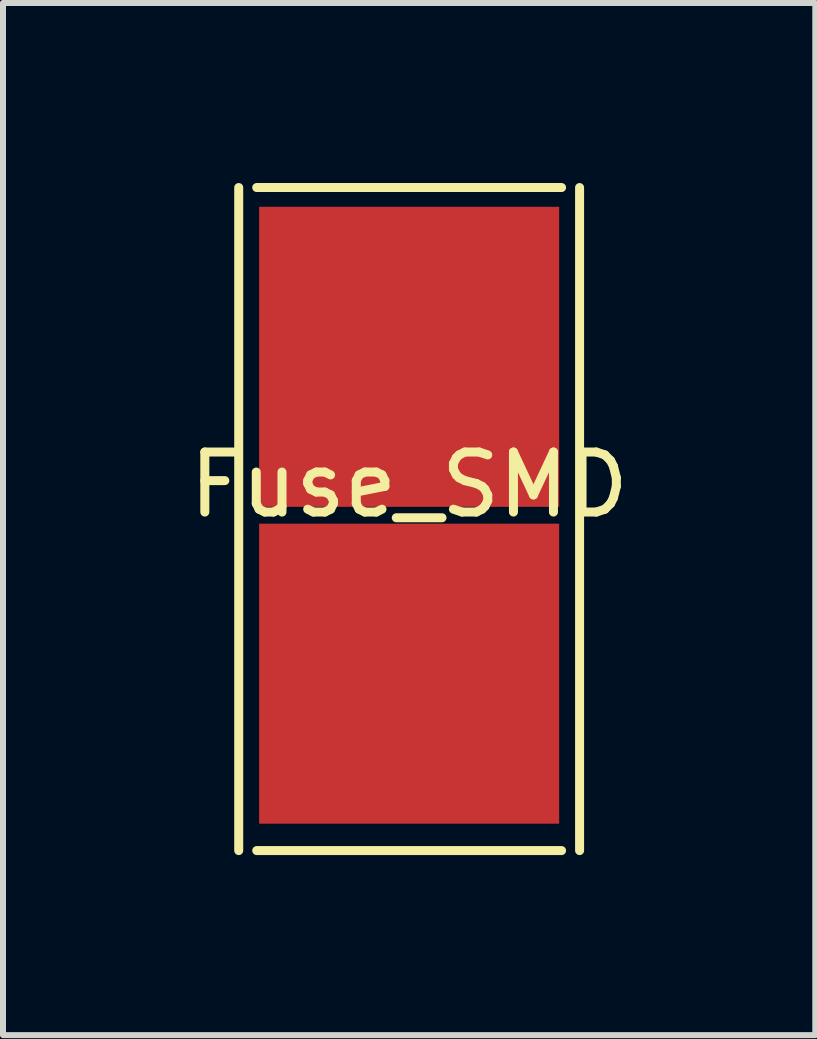
<source format=kicad_pcb>
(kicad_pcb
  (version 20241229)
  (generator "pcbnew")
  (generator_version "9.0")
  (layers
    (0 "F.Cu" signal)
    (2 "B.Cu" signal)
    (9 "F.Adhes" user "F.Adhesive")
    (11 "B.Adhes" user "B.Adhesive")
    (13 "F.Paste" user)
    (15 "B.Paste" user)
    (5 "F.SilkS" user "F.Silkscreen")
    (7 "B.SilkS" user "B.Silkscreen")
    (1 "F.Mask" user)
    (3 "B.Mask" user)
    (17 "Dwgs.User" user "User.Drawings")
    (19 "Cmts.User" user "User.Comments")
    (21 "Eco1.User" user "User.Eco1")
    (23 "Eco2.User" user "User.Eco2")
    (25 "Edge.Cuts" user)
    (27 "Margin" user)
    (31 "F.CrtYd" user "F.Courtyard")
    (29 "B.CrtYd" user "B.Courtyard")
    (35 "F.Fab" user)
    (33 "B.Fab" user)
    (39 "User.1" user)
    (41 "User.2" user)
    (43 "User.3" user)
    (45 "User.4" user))
  (footprint "Fuse_SMD"
    (layer "F.Cu")
    (at 3.768 5.536)
    (property "Reference" "Fuse_SMD" (at 0 -0.508 0) (layer "F.SilkS") (effects (font (size 1 1) (thickness 0.15))))
    (attr smd)
    (fp_line (start -2.84 -5.461) (end -2.84 5.588) (stroke (width 0.15) (type solid)) (layer "F.SilkS"))
    (fp_line (start -2.54 -5.461) (end 2.54 -5.461) (stroke (width 0.15) (type solid)) (layer "F.SilkS"))
    (fp_line (start 2.54 5.588) (end -2.54 5.588) (stroke (width 0.15) (type solid)) (layer "F.SilkS"))
    (fp_line (start 2.84 5.588) (end 2.84 -5.461) (stroke (width 0.15) (type solid)) (layer "F.SilkS"))
    (pad "1" smd rect (at 0 -2.64) (size 5 5) (layers "F.Cu" "F.Mask" "F.Paste"))
    (pad "2" smd rect (at 0 2.64) (size 5 5) (layers "F.Cu" "F.Mask" "F.Paste")))
  (gr_rect
    (start -3 -3)
    (end 10.536 14.199)
    (stroke (width 0.1) (type default))
    (fill no)
    (layer "Edge.Cuts")))
</source>
